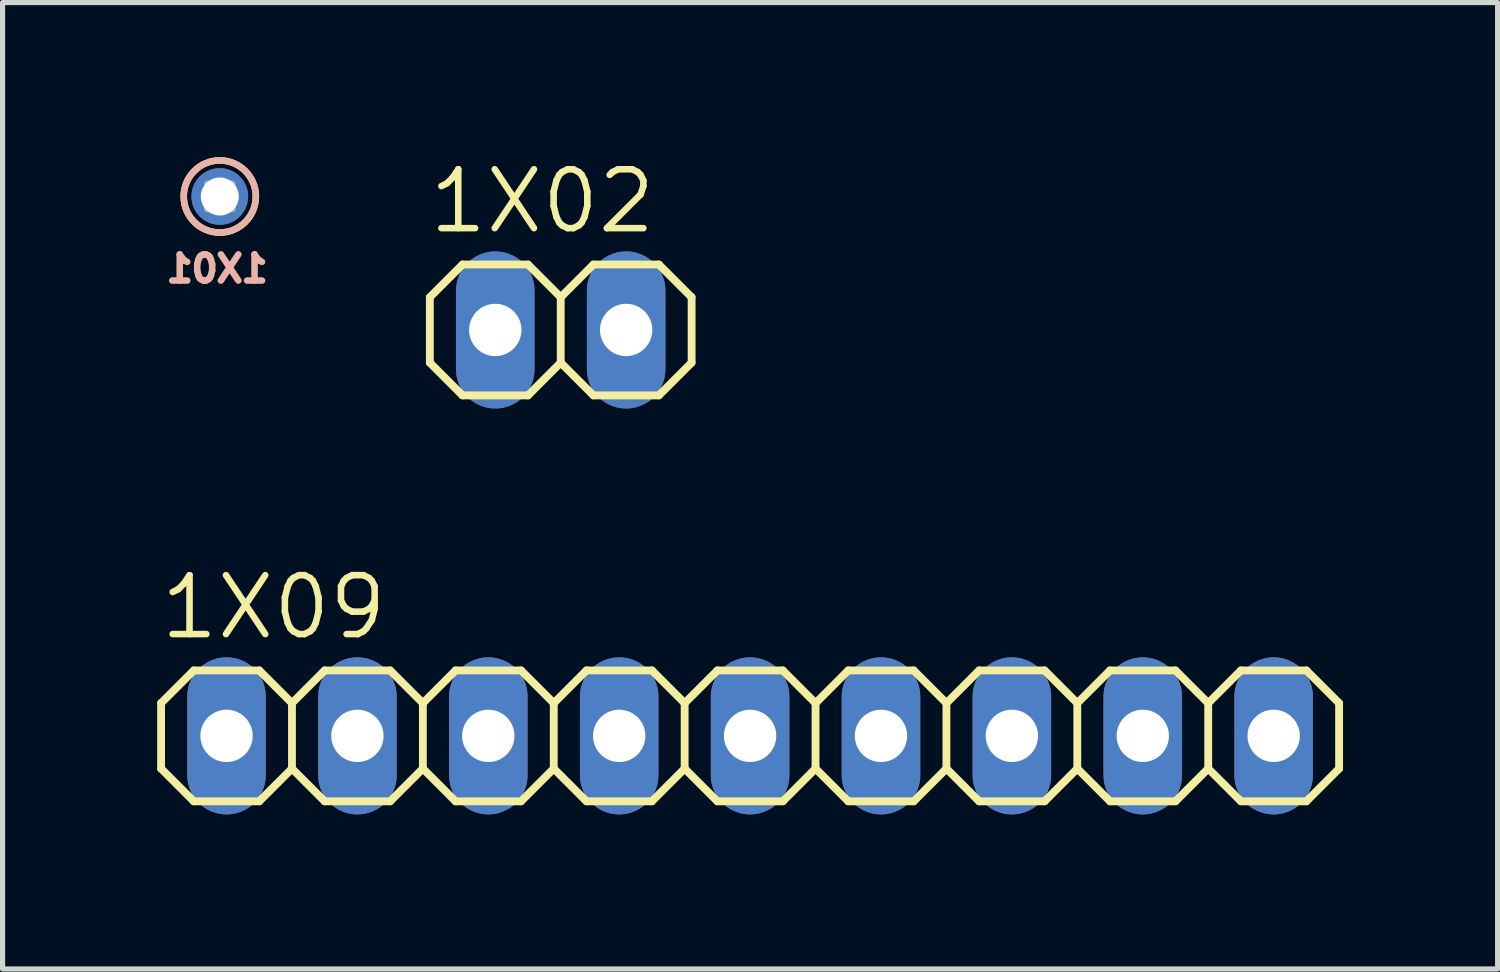
<source format=kicad_pcb>
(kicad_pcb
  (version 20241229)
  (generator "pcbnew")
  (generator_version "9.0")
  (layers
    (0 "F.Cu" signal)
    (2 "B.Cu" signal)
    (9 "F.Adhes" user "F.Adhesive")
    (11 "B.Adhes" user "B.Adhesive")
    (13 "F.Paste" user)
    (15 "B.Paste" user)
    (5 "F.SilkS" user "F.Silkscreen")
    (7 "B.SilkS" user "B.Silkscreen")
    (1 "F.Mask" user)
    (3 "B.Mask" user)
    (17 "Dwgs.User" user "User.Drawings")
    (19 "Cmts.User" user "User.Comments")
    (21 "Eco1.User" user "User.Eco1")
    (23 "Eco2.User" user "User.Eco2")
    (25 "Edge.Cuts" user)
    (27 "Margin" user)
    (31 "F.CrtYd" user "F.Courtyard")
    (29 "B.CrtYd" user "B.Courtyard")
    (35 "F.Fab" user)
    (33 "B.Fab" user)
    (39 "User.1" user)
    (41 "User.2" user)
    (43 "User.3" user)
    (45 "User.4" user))
  (footprint "1X09"
    (layer "F.Cu")
    (at 11.506 11.23)
    (property "Reference" "1X09" (at -11.506 -1.829 0) (layer "F.SilkS") (effects (font (size 1.143 1.143) (thickness 0.127)) (justify left bottom)))
    (fp_line (start -11.43 -0.635) (end -11.43 0.635) (stroke (width 0.152) (type solid)) (layer "F.SilkS"))
    (fp_line (start -11.43 0.635) (end -10.795 1.27) (stroke (width 0.152) (type solid)) (layer "F.SilkS"))
    (fp_line (start -10.795 -1.27) (end -11.43 -0.635) (stroke (width 0.152) (type solid)) (layer "F.SilkS"))
    (fp_line (start -10.795 -1.27) (end -9.525 -1.27) (stroke (width 0.152) (type solid)) (layer "F.SilkS"))
    (fp_line (start -9.525 -1.27) (end -8.89 -0.635) (stroke (width 0.152) (type solid)) (layer "F.SilkS"))
    (fp_line (start -9.525 1.27) (end -10.795 1.27) (stroke (width 0.152) (type solid)) (layer "F.SilkS"))
    (fp_line (start -8.89 -0.635) (end -8.89 0.635) (stroke (width 0.152) (type solid)) (layer "F.SilkS"))
    (fp_line (start -8.89 -0.635) (end -8.255 -1.27) (stroke (width 0.152) (type solid)) (layer "F.SilkS"))
    (fp_line (start -8.89 0.635) (end -9.525 1.27) (stroke (width 0.152) (type solid)) (layer "F.SilkS"))
    (fp_line (start -8.255 -1.27) (end -6.985 -1.27) (stroke (width 0.152) (type solid)) (layer "F.SilkS"))
    (fp_line (start -8.255 1.27) (end -8.89 0.635) (stroke (width 0.152) (type solid)) (layer "F.SilkS"))
    (fp_line (start -6.985 -1.27) (end -6.35 -0.635) (stroke (width 0.152) (type solid)) (layer "F.SilkS"))
    (fp_line (start -6.985 1.27) (end -8.255 1.27) (stroke (width 0.152) (type solid)) (layer "F.SilkS"))
    (fp_line (start -6.35 -0.635) (end -6.35 0.635) (stroke (width 0.152) (type solid)) (layer "F.SilkS"))
    (fp_line (start -6.35 -0.635) (end -5.715 -1.27) (stroke (width 0.152) (type solid)) (layer "F.SilkS"))
    (fp_line (start -6.35 0.635) (end -6.985 1.27) (stroke (width 0.152) (type solid)) (layer "F.SilkS"))
    (fp_line (start -5.715 -1.27) (end -4.445 -1.27) (stroke (width 0.152) (type solid)) (layer "F.SilkS"))
    (fp_line (start -5.715 1.27) (end -6.35 0.635) (stroke (width 0.152) (type solid)) (layer "F.SilkS"))
    (fp_line (start -4.445 -1.27) (end -3.81 -0.635) (stroke (width 0.152) (type solid)) (layer "F.SilkS"))
    (fp_line (start -4.445 1.27) (end -5.715 1.27) (stroke (width 0.152) (type solid)) (layer "F.SilkS"))
    (fp_line (start -3.81 -0.635) (end -3.81 0.635) (stroke (width 0.152) (type solid)) (layer "F.SilkS"))
    (fp_line (start -3.81 0.635) (end -4.445 1.27) (stroke (width 0.152) (type solid)) (layer "F.SilkS"))
    (fp_line (start -3.81 0.635) (end -3.175 1.27) (stroke (width 0.152) (type solid)) (layer "F.SilkS"))
    (fp_line (start -3.175 -1.27) (end -3.81 -0.635) (stroke (width 0.152) (type solid)) (layer "F.SilkS"))
    (fp_line (start -3.175 -1.27) (end -1.905 -1.27) (stroke (width 0.152) (type solid)) (layer "F.SilkS"))
    (fp_line (start -1.905 -1.27) (end -1.27 -0.635) (stroke (width 0.152) (type solid)) (layer "F.SilkS"))
    (fp_line (start -1.905 1.27) (end -3.175 1.27) (stroke (width 0.152) (type solid)) (layer "F.SilkS"))
    (fp_line (start -1.27 -0.635) (end -1.27 0.635) (stroke (width 0.152) (type solid)) (layer "F.SilkS"))
    (fp_line (start -1.27 -0.635) (end -0.635 -1.27) (stroke (width 0.152) (type solid)) (layer "F.SilkS"))
    (fp_line (start -1.27 0.635) (end -1.905 1.27) (stroke (width 0.152) (type solid)) (layer "F.SilkS"))
    (fp_line (start -0.635 -1.27) (end 0.635 -1.27) (stroke (width 0.152) (type solid)) (layer "F.SilkS"))
    (fp_line (start -0.635 1.27) (end -1.27 0.635) (stroke (width 0.152) (type solid)) (layer "F.SilkS"))
    (fp_line (start 0.635 -1.27) (end 1.27 -0.635) (stroke (width 0.152) (type solid)) (layer "F.SilkS"))
    (fp_line (start 0.635 1.27) (end -0.635 1.27) (stroke (width 0.152) (type solid)) (layer "F.SilkS"))
    (fp_line (start 1.27 -0.635) (end 1.27 0.635) (stroke (width 0.152) (type solid)) (layer "F.SilkS"))
    (fp_line (start 1.27 -0.635) (end 1.905 -1.27) (stroke (width 0.152) (type solid)) (layer "F.SilkS"))
    (fp_line (start 1.27 0.635) (end 0.635 1.27) (stroke (width 0.152) (type solid)) (layer "F.SilkS"))
    (fp_line (start 1.905 -1.27) (end 3.175 -1.27) (stroke (width 0.152) (type solid)) (layer "F.SilkS"))
    (fp_line (start 1.905 1.27) (end 1.27 0.635) (stroke (width 0.152) (type solid)) (layer "F.SilkS"))
    (fp_line (start 3.175 -1.27) (end 3.81 -0.635) (stroke (width 0.152) (type solid)) (layer "F.SilkS"))
    (fp_line (start 3.175 1.27) (end 1.905 1.27) (stroke (width 0.152) (type solid)) (layer "F.SilkS"))
    (fp_line (start 3.81 -0.635) (end 3.81 0.635) (stroke (width 0.152) (type solid)) (layer "F.SilkS"))
    (fp_line (start 3.81 0.635) (end 3.175 1.27) (stroke (width 0.152) (type solid)) (layer "F.SilkS"))
    (fp_line (start 3.81 0.635) (end 4.445 1.27) (stroke (width 0.152) (type solid)) (layer "F.SilkS"))
    (fp_line (start 4.445 -1.27) (end 3.81 -0.635) (stroke (width 0.152) (type solid)) (layer "F.SilkS"))
    (fp_line (start 4.445 -1.27) (end 5.715 -1.27) (stroke (width 0.152) (type solid)) (layer "F.SilkS"))
    (fp_line (start 5.715 -1.27) (end 6.35 -0.635) (stroke (width 0.152) (type solid)) (layer "F.SilkS"))
    (fp_line (start 5.715 1.27) (end 4.445 1.27) (stroke (width 0.152) (type solid)) (layer "F.SilkS"))
    (fp_line (start 6.35 -0.635) (end 6.35 0.635) (stroke (width 0.152) (type solid)) (layer "F.SilkS"))
    (fp_line (start 6.35 -0.635) (end 6.985 -1.27) (stroke (width 0.152) (type solid)) (layer "F.SilkS"))
    (fp_line (start 6.35 0.635) (end 5.715 1.27) (stroke (width 0.152) (type solid)) (layer "F.SilkS"))
    (fp_line (start 6.985 -1.27) (end 8.255 -1.27) (stroke (width 0.152) (type solid)) (layer "F.SilkS"))
    (fp_line (start 6.985 1.27) (end 6.35 0.635) (stroke (width 0.152) (type solid)) (layer "F.SilkS"))
    (fp_line (start 8.255 -1.27) (end 8.89 -0.635) (stroke (width 0.152) (type solid)) (layer "F.SilkS"))
    (fp_line (start 8.255 1.27) (end 6.985 1.27) (stroke (width 0.152) (type solid)) (layer "F.SilkS"))
    (fp_line (start 8.89 -0.635) (end 8.89 0.635) (stroke (width 0.152) (type solid)) (layer "F.SilkS"))
    (fp_line (start 8.89 0.635) (end 8.255 1.27) (stroke (width 0.152) (type solid)) (layer "F.SilkS"))
    (fp_line (start 8.89 0.635) (end 9.525 1.27) (stroke (width 0.152) (type solid)) (layer "F.SilkS"))
    (fp_line (start 9.525 -1.27) (end 8.89 -0.635) (stroke (width 0.152) (type solid)) (layer "F.SilkS"))
    (fp_line (start 9.525 -1.27) (end 10.795 -1.27) (stroke (width 0.152) (type solid)) (layer "F.SilkS"))
    (fp_line (start 10.795 -1.27) (end 11.43 -0.635) (stroke (width 0.152) (type solid)) (layer "F.SilkS"))
    (fp_line (start 10.795 1.27) (end 9.525 1.27) (stroke (width 0.152) (type solid)) (layer "F.SilkS"))
    (fp_line (start 11.43 -0.635) (end 11.43 0.635) (stroke (width 0.152) (type solid)) (layer "F.SilkS"))
    (fp_line (start 11.43 0.635) (end 10.795 1.27) (stroke (width 0.152) (type solid)) (layer "F.SilkS"))
    (fp_poly (pts (xy -10.414 0.254) (xy -9.906 0.254) (xy -9.906 -0.254) (xy -10.414 -0.254)) (stroke (width 0.1) (type solid)) (fill no) (layer "F.Fab"))
    (fp_poly (pts (xy -7.874 0.254) (xy -7.366 0.254) (xy -7.366 -0.254) (xy -7.874 -0.254)) (stroke (width 0.1) (type solid)) (fill no) (layer "F.Fab"))
    (fp_poly (pts (xy -5.334 0.254) (xy -4.826 0.254) (xy -4.826 -0.254) (xy -5.334 -0.254)) (stroke (width 0.1) (type solid)) (fill no) (layer "F.Fab"))
    (fp_poly (pts (xy -2.794 0.254) (xy -2.286 0.254) (xy -2.286 -0.254) (xy -2.794 -0.254)) (stroke (width 0.1) (type solid)) (fill no) (layer "F.Fab"))
    (fp_poly (pts (xy -0.254 0.254) (xy 0.254 0.254) (xy 0.254 -0.254) (xy -0.254 -0.254)) (stroke (width 0.1) (type solid)) (fill no) (layer "F.Fab"))
    (fp_poly (pts (xy 2.286 0.254) (xy 2.794 0.254) (xy 2.794 -0.254) (xy 2.286 -0.254)) (stroke (width 0.1) (type solid)) (fill no) (layer "F.Fab"))
    (fp_poly (pts (xy 4.826 0.254) (xy 5.334 0.254) (xy 5.334 -0.254) (xy 4.826 -0.254)) (stroke (width 0.1) (type solid)) (fill no) (layer "F.Fab"))
    (fp_poly (pts (xy 7.366 0.254) (xy 7.874 0.254) (xy 7.874 -0.254) (xy 7.366 -0.254)) (stroke (width 0.1) (type solid)) (fill no) (layer "F.Fab"))
    (fp_poly (pts (xy 9.906 0.254) (xy 10.414 0.254) (xy 10.414 -0.254) (xy 9.906 -0.254)) (stroke (width 0.1) (type solid)) (fill no) (layer "F.Fab"))
    (pad "1" thru_hole oval (at -10.16 0 90) (size 3.048 1.524) (drill 1.016) (layers "*.Cu" "*.Mask"))
    (pad "2" thru_hole oval (at -7.62 0 90) (size 3.048 1.524) (drill 1.016) (layers "*.Cu" "*.Mask"))
    (pad "3" thru_hole oval (at -5.08 0 90) (size 3.048 1.524) (drill 1.016) (layers "*.Cu" "*.Mask"))
    (pad "4" thru_hole oval (at -2.54 0 90) (size 3.048 1.524) (drill 1.016) (layers "*.Cu" "*.Mask"))
    (pad "5" thru_hole oval (at 0 0 90) (size 3.048 1.524) (drill 1.016) (layers "*.Cu" "*.Mask"))
    (pad "6" thru_hole oval (at 2.54 0 90) (size 3.048 1.524) (drill 1.016) (layers "*.Cu" "*.Mask"))
    (pad "7" thru_hole oval (at 5.08 0 90) (size 3.048 1.524) (drill 1.016) (layers "*.Cu" "*.Mask"))
    (pad "8" thru_hole oval (at 7.62 0 90) (size 3.048 1.524) (drill 1.016) (layers "*.Cu" "*.Mask"))
    (pad "9" thru_hole oval (at 10.16 0 90) (size 3.048 1.524) (drill 1.016) (layers "*.Cu" "*.Mask")))
  (footprint "1X02"
    (layer "F.Cu")
    (at 7.831 3.353)
    (property "Reference" "1X02" (at -2.616 -1.829 0) (layer "F.SilkS") (effects (font (size 1.143 1.143) (thickness 0.127)) (justify left bottom)))
    (fp_line (start -2.54 -0.635) (end -2.54 0.635) (stroke (width 0.152) (type solid)) (layer "F.SilkS"))
    (fp_line (start -2.54 0.635) (end -1.905 1.27) (stroke (width 0.152) (type solid)) (layer "F.SilkS"))
    (fp_line (start -1.905 -1.27) (end -2.54 -0.635) (stroke (width 0.152) (type solid)) (layer "F.SilkS"))
    (fp_line (start -1.905 -1.27) (end -0.635 -1.27) (stroke (width 0.152) (type solid)) (layer "F.SilkS"))
    (fp_line (start -0.635 -1.27) (end 0 -0.635) (stroke (width 0.152) (type solid)) (layer "F.SilkS"))
    (fp_line (start -0.635 1.27) (end -1.905 1.27) (stroke (width 0.152) (type solid)) (layer "F.SilkS"))
    (fp_line (start 0 -0.635) (end 0 0.635) (stroke (width 0.152) (type solid)) (layer "F.SilkS"))
    (fp_line (start 0 -0.635) (end 0.635 -1.27) (stroke (width 0.152) (type solid)) (layer "F.SilkS"))
    (fp_line (start 0 0.635) (end -0.635 1.27) (stroke (width 0.152) (type solid)) (layer "F.SilkS"))
    (fp_line (start 0.635 -1.27) (end 1.905 -1.27) (stroke (width 0.152) (type solid)) (layer "F.SilkS"))
    (fp_line (start 0.635 1.27) (end 0 0.635) (stroke (width 0.152) (type solid)) (layer "F.SilkS"))
    (fp_line (start 1.905 -1.27) (end 2.54 -0.635) (stroke (width 0.152) (type solid)) (layer "F.SilkS"))
    (fp_line (start 1.905 1.27) (end 0.635 1.27) (stroke (width 0.152) (type solid)) (layer "F.SilkS"))
    (fp_line (start 2.54 -0.635) (end 2.54 0.635) (stroke (width 0.152) (type solid)) (layer "F.SilkS"))
    (fp_line (start 2.54 0.635) (end 1.905 1.27) (stroke (width 0.152) (type solid)) (layer "F.SilkS"))
    (fp_poly (pts (xy -1.524 0.254) (xy -1.016 0.254) (xy -1.016 -0.254) (xy -1.524 -0.254)) (stroke (width 0.1) (type solid)) (fill no) (layer "F.Fab"))
    (fp_poly (pts (xy 1.016 0.254) (xy 1.524 0.254) (xy 1.524 -0.254) (xy 1.016 -0.254)) (stroke (width 0.1) (type solid)) (fill no) (layer "F.Fab"))
    (pad "1" thru_hole oval (at -1.27 0 90) (size 3.048 1.524) (drill 1.016) (layers "*.Cu" "*.Mask"))
    (pad "2" thru_hole oval (at 1.27 0 90) (size 3.048 1.524) (drill 1.016) (layers "*.Cu" "*.Mask")))
  (footprint "1X01"
    (layer "F.Cu")
    (at 1.215 0.763)
    (property "Reference" "1X01" (at 1 1.7 0) (layer "B.SilkS") (effects (font (size 0.508 0.508) (thickness 0.127)) (justify left bottom mirror)))
    (fp_circle (center 0 0) (end 0.7 0) (stroke (width 0.127) (type solid)) (fill no) (layer "F.SilkS"))
    (fp_circle (center 0 0) (end 0.7 0) (stroke (width 0.127) (type solid)) (fill no) (layer "B.SilkS"))
    (fp_poly (pts (xy -0.254 0.254) (xy 0.254 0.254) (xy 0.254 -0.254) (xy -0.254 -0.254)) (stroke (width 0.1) (type solid)) (fill no) (layer "F.Fab"))
    (pad "1" thru_hole circle (at 0 0) (size 1.1 1.1) (drill 0.737) (layers "*.Cu" "*.Mask")))
  (gr_rect
    (start -3 -3)
    (end 26.012 15.754)
    (stroke (width 0.1) (type default))
    (fill no)
    (layer "Edge.Cuts")))
</source>
